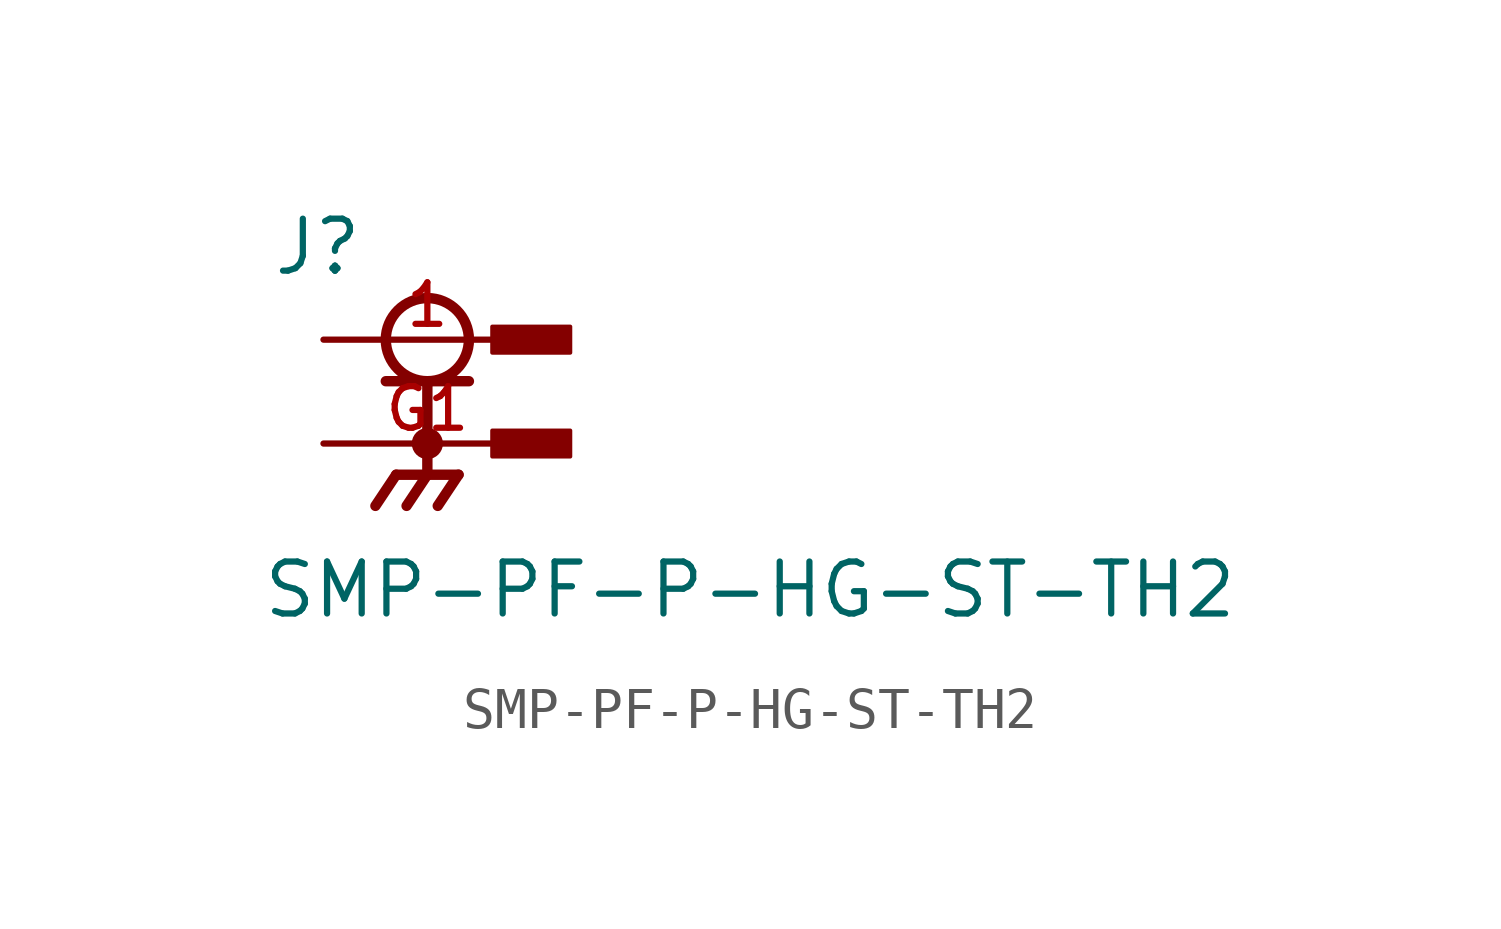
<source format=kicad_sym>
(kicad_symbol_lib
  (version 20211014)
  (generator kicad_symbol_editor)
  (symbol "SMP-PF-P-HG-ST-TH2"
    (pin_names
      (offset 1.016))
    (property "Reference" "J"
      (at -3.81 1.524 0)
      (effects (font (size 1.27 1.27)) (justify bottom left)))
    (property "Value" "SMP-PF-P-HG-ST-TH2"
      (at -4.064 -6.858 0)
      (effects (font (size 1.27 1.27)) (justify bottom left)))
    (symbol "SMP-PF-P-HG-ST-TH2_0_0"
      (circle (center 0.0 0.0) (radius 1.016) (stroke (width 0.254)) (fill (type none)))
      (polyline (pts (xy -1.016 -1.016) (xy 0.0 -1.016)) (stroke (width 0.254)))
      (polyline (pts (xy 0.0 -1.016) (xy 1.016 -1.016)) (stroke (width 0.254)))
      (polyline (pts (xy 0.0 -1.016) (xy 0.0 -3.302)) (stroke (width 0.254)))
      (circle (center 0.0 -2.54) (radius 0.254) (stroke (width 0.254)) (fill (type none)))
      (polyline (pts (xy 0.0 -3.302) (xy -0.762 -3.302)) (stroke (width 0.254)))
      (polyline (pts (xy 0.0 -3.302) (xy 0.762 -3.302)) (stroke (width 0.254)))
      (polyline (pts (xy -0.762 -3.302) (xy -1.27 -4.064)) (stroke (width 0.254)))
      (polyline (pts (xy 0.0 -3.302) (xy -0.508 -4.064)) (stroke (width 0.254)))
      (polyline (pts (xy 0.762 -3.302) (xy 0.254 -4.064)) (stroke (width 0.254)))
      (rectangle (start 1.587 -0.318) (end 3.493 0.318) (stroke (width 0.1)) (fill (type outline)))
      (rectangle (start 1.587 -2.857) (end 3.493 -2.223) (stroke (width 0.1)) (fill (type outline)))
      (pin passive line (at -2.54 0.0 0) (length 5.08) (name "~" (effects (font (size 1.016 1.016)))) (number "1" (effects (font (size 1.016 1.016)))))
      (pin passive line (at -2.54 -2.54 0) (length 5.08) (name "~" (effects (font (size 1.016 1.016)))) (number "G1" (effects (font (size 1.016 1.016))))))))
</source>
